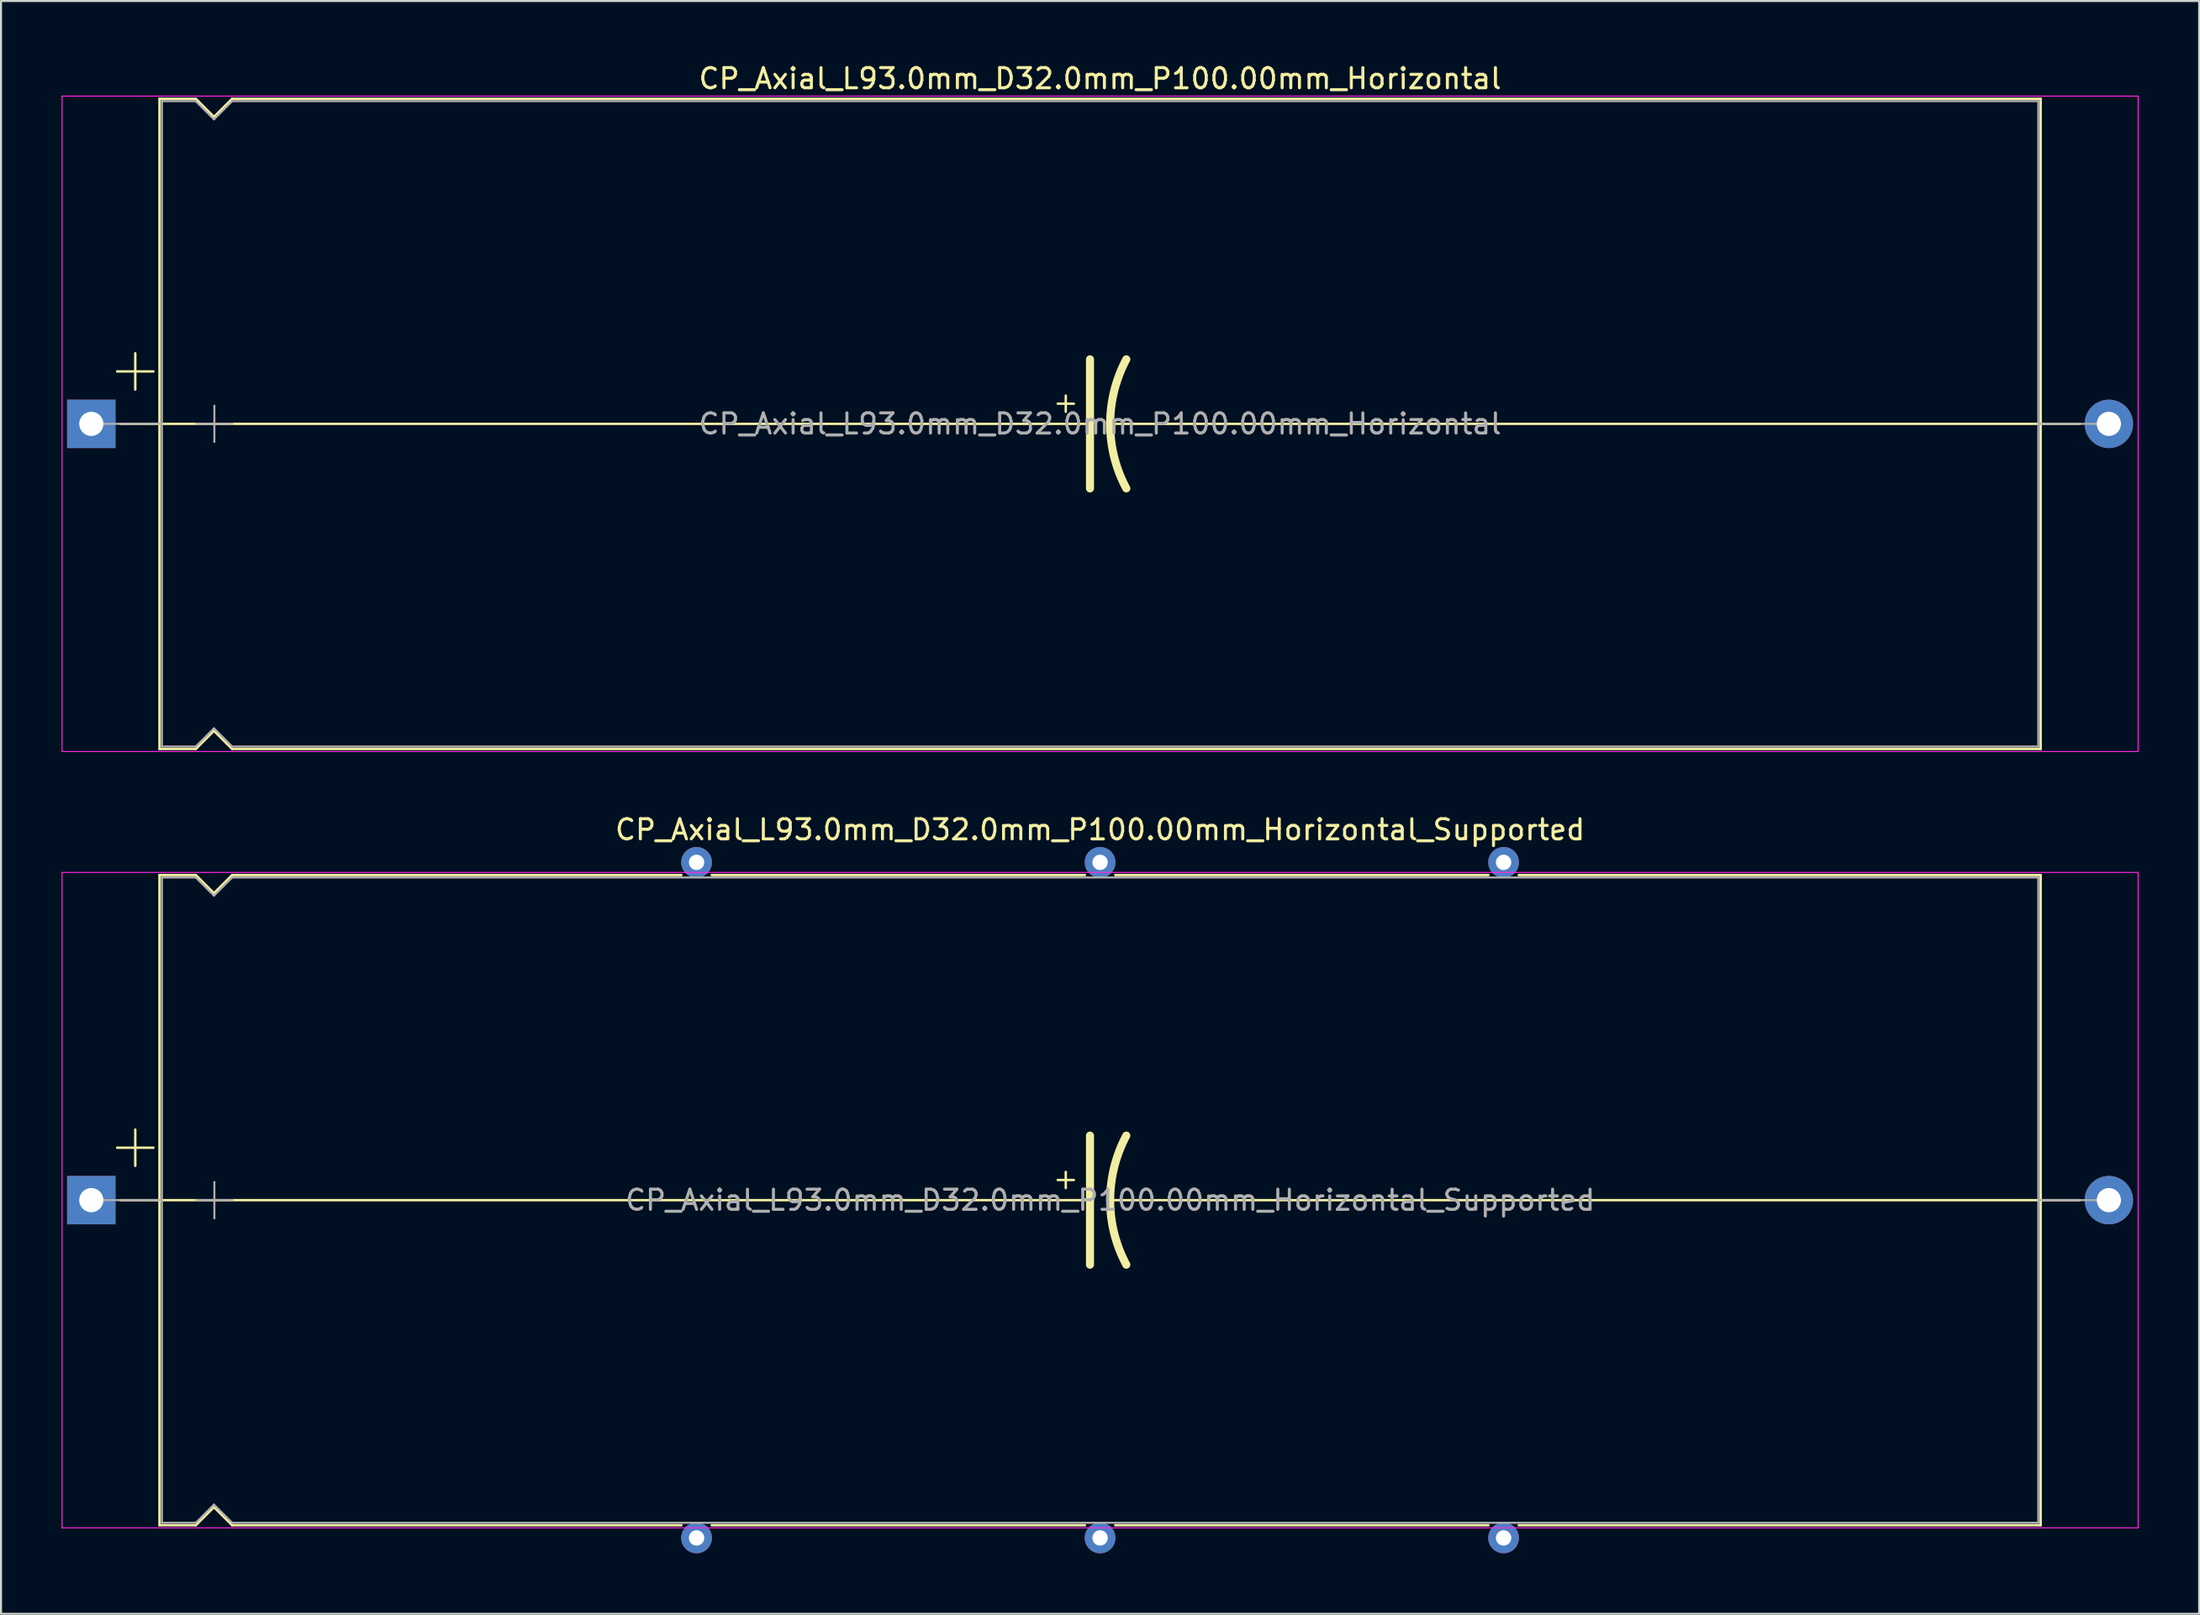
<source format=kicad_pcb>
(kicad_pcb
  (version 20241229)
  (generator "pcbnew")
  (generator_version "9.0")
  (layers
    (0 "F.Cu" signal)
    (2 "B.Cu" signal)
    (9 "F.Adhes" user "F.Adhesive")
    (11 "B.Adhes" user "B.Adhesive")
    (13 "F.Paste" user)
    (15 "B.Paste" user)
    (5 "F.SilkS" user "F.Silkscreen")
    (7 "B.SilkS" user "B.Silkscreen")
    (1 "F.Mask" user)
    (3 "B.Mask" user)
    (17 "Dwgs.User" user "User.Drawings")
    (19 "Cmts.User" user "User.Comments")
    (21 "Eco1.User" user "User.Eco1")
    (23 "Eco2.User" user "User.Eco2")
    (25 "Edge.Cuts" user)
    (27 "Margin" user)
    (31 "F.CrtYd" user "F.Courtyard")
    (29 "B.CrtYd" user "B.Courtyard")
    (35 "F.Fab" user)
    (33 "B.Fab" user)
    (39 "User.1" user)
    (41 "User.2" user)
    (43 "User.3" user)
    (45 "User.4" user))
  (footprint "CP_Axial_L93.0mm_D32.0mm_P100.00mm_Horizontal"
    (layer "F.Cu")
    (at 1.475 17.968)
    (property "Reference" "CP_Axial_L93.0mm_D32.0mm_P100.00mm_Horizontal" (at 50 -17.12 0) (layer "F.SilkS") (effects (font (size 1 1) (thickness 0.15))))
    (attr through_hole)
    (fp_line (start 1.28 -2.6) (end 3.08 -2.6) (stroke (width 0.12) (type solid)) (layer "F.SilkS"))
    (fp_line (start 1.44 0) (end 3.38 0) (stroke (width 0.12) (type solid)) (layer "F.SilkS"))
    (fp_line (start 2.18 -3.5) (end 2.18 -1.7) (stroke (width 0.12) (type solid)) (layer "F.SilkS"))
    (fp_line (start 3.38 -16.12) (end 3.38 16.12) (stroke (width 0.12) (type solid)) (layer "F.SilkS"))
    (fp_line (start 3.38 -16.12) (end 5.18 -16.12) (stroke (width 0.12) (type solid)) (layer "F.SilkS"))
    (fp_line (start 3.38 0) (end 49.5 0) (stroke (width 0.12) (type solid)) (layer "F.SilkS"))
    (fp_line (start 3.38 16.12) (end 5.18 16.12) (stroke (width 0.12) (type solid)) (layer "F.SilkS"))
    (fp_line (start 5.18 -16.12) (end 6.08 -15.22) (stroke (width 0.12) (type solid)) (layer "F.SilkS"))
    (fp_line (start 5.18 16.12) (end 6.08 15.22) (stroke (width 0.12) (type solid)) (layer "F.SilkS"))
    (fp_line (start 6.08 -15.22) (end 6.98 -16.12) (stroke (width 0.12) (type solid)) (layer "F.SilkS"))
    (fp_line (start 6.08 15.22) (end 6.98 16.12) (stroke (width 0.12) (type solid)) (layer "F.SilkS"))
    (fp_line (start 6.98 -16.12) (end 96.62 -16.12) (stroke (width 0.12) (type solid)) (layer "F.SilkS"))
    (fp_line (start 6.98 16.12) (end 96.62 16.12) (stroke (width 0.12) (type solid)) (layer "F.SilkS"))
    (fp_line (start 47.9 -1) (end 48.7 -1) (stroke (width 0.12) (type solid)) (layer "F.SilkS"))
    (fp_line (start 48.3 -1.4) (end 48.3 -0.6) (stroke (width 0.12) (type solid)) (layer "F.SilkS"))
    (fp_line (start 49.5 0) (end 49.5 -3.2) (stroke (width 0.4) (type solid)) (layer "F.SilkS"))
    (fp_line (start 49.5 0) (end 49.5 3.2) (stroke (width 0.4) (type solid)) (layer "F.SilkS"))
    (fp_line (start 96.62 -16.12) (end 96.62 16.12) (stroke (width 0.12) (type solid)) (layer "F.SilkS"))
    (fp_line (start 96.62 0) (end 50.5 0) (stroke (width 0.12) (type solid)) (layer "F.SilkS"))
    (fp_line (start 98.56 0) (end 96.62 0) (stroke (width 0.12) (type solid)) (layer "F.SilkS"))
    (fp_arc (start 50.5 0) (mid 50.703546 -1.649113) (end 51.3 -3.2) (stroke (width 0.4) (type solid)) (layer "F.SilkS"))
    (fp_arc (start 51.3 3.2) (mid 50.700708 1.649824) (end 50.5 0) (stroke (width 0.4) (type solid)) (layer "F.SilkS"))
    (fp_line (start -1.45 -16.25) (end -1.45 16.25) (stroke (width 0.05) (type solid)) (layer "F.CrtYd"))
    (fp_line (start -1.45 16.25) (end 101.45 16.25) (stroke (width 0.05) (type solid)) (layer "F.CrtYd"))
    (fp_line (start 101.45 -16.25) (end -1.45 -16.25) (stroke (width 0.05) (type solid)) (layer "F.CrtYd"))
    (fp_line (start 101.45 16.25) (end 101.45 -16.25) (stroke (width 0.05) (type solid)) (layer "F.CrtYd"))
    (fp_line (start 0 0) (end 3.5 0) (stroke (width 0.1) (type solid)) (layer "F.Fab"))
    (fp_line (start 3.5 -16) (end 3.5 16) (stroke (width 0.1) (type solid)) (layer "F.Fab"))
    (fp_line (start 3.5 -16) (end 5.18 -16) (stroke (width 0.1) (type solid)) (layer "F.Fab"))
    (fp_line (start 3.5 16) (end 5.18 16) (stroke (width 0.1) (type solid)) (layer "F.Fab"))
    (fp_line (start 5.18 -16) (end 6.08 -15.1) (stroke (width 0.1) (type solid)) (layer "F.Fab"))
    (fp_line (start 5.18 16) (end 6.08 15.1) (stroke (width 0.1) (type solid)) (layer "F.Fab"))
    (fp_line (start 5.2 0) (end 7 0) (stroke (width 0.1) (type solid)) (layer "F.Fab"))
    (fp_line (start 6.08 -15.1) (end 6.98 -16) (stroke (width 0.1) (type solid)) (layer "F.Fab"))
    (fp_line (start 6.08 15.1) (end 6.98 16) (stroke (width 0.1) (type solid)) (layer "F.Fab"))
    (fp_line (start 6.1 -0.9) (end 6.1 0.9) (stroke (width 0.1) (type solid)) (layer "F.Fab"))
    (fp_line (start 6.98 -16) (end 96.5 -16) (stroke (width 0.1) (type solid)) (layer "F.Fab"))
    (fp_line (start 6.98 16) (end 96.5 16) (stroke (width 0.1) (type solid)) (layer "F.Fab"))
    (fp_line (start 96.5 -16) (end 96.5 16) (stroke (width 0.1) (type solid)) (layer "F.Fab"))
    (fp_line (start 100 0) (end 96.5 0) (stroke (width 0.1) (type solid)) (layer "F.Fab"))
    (fp_text user "${REFERENCE}" (at 50 0 0) (layer "F.Fab") (effects (font (size 1 1) (thickness 0.15))))
    (pad "1" thru_hole rect (at 0 0) (size 2.4 2.4) (drill 1.2) (layers "*.Cu" "*.Mask"))
    (pad "2" thru_hole oval (at 100 0) (size 2.4 2.4) (drill 1.2) (layers "*.Cu" "*.Mask")))
  (footprint "CP_Axial_L93.0mm_D32.0mm_P100.00mm_Horizontal_Supported"
    (layer "F.Cu")
    (at 1.475 56.462)
    (property "Reference" "CP_Axial_L93.0mm_D32.0mm_P100.00mm_Horizontal_Supported" (at 50 -18.37 0) (layer "F.SilkS") (effects (font (size 1 1) (thickness 0.15))))
    (attr through_hole)
    (fp_line (start 1.28 -2.6) (end 3.08 -2.6) (stroke (width 0.12) (type solid)) (layer "F.SilkS"))
    (fp_line (start 1.44 0) (end 3.38 0) (stroke (width 0.12) (type solid)) (layer "F.SilkS"))
    (fp_line (start 2.18 -3.5) (end 2.18 -1.7) (stroke (width 0.12) (type solid)) (layer "F.SilkS"))
    (fp_line (start 3.38 -16.12) (end 3.38 16.12) (stroke (width 0.12) (type solid)) (layer "F.SilkS"))
    (fp_line (start 3.38 -16.12) (end 5.18 -16.12) (stroke (width 0.12) (type solid)) (layer "F.SilkS"))
    (fp_line (start 3.38 0) (end 49.5 0) (stroke (width 0.12) (type solid)) (layer "F.SilkS"))
    (fp_line (start 3.38 16.12) (end 5.18 16.12) (stroke (width 0.12) (type solid)) (layer "F.SilkS"))
    (fp_line (start 5.18 -16.12) (end 6.08 -15.22) (stroke (width 0.12) (type solid)) (layer "F.SilkS"))
    (fp_line (start 5.18 16.12) (end 6.08 15.22) (stroke (width 0.12) (type solid)) (layer "F.SilkS"))
    (fp_line (start 6.08 -15.22) (end 6.98 -16.12) (stroke (width 0.12) (type solid)) (layer "F.SilkS"))
    (fp_line (start 6.08 15.22) (end 6.98 16.12) (stroke (width 0.12) (type solid)) (layer "F.SilkS"))
    (fp_line (start 6.98 -16.12) (end 29.25 -16.12) (stroke (width 0.12) (type solid)) (layer "F.SilkS"))
    (fp_line (start 6.98 16.12) (end 29.25 16.12) (stroke (width 0.12) (type solid)) (layer "F.SilkS"))
    (fp_line (start 30.75 -16.12) (end 49.25 -16.12) (stroke (width 0.12) (type solid)) (layer "F.SilkS"))
    (fp_line (start 30.75 16.12) (end 49.25 16.12) (stroke (width 0.12) (type solid)) (layer "F.SilkS"))
    (fp_line (start 47.9 -1) (end 48.7 -1) (stroke (width 0.12) (type solid)) (layer "F.SilkS"))
    (fp_line (start 48.3 -1.4) (end 48.3 -0.6) (stroke (width 0.12) (type solid)) (layer "F.SilkS"))
    (fp_line (start 49.5 0) (end 49.5 -3.2) (stroke (width 0.4) (type solid)) (layer "F.SilkS"))
    (fp_line (start 49.5 0) (end 49.5 3.2) (stroke (width 0.4) (type solid)) (layer "F.SilkS"))
    (fp_line (start 50.75 -16.12) (end 69.25 -16.12) (stroke (width 0.12) (type solid)) (layer "F.SilkS"))
    (fp_line (start 50.75 16.12) (end 69.25 16.12) (stroke (width 0.12) (type solid)) (layer "F.SilkS"))
    (fp_line (start 70.75 -16.12) (end 96.62 -16.12) (stroke (width 0.12) (type solid)) (layer "F.SilkS"))
    (fp_line (start 70.75 16.12) (end 96.62 16.12) (stroke (width 0.12) (type solid)) (layer "F.SilkS"))
    (fp_line (start 96.62 -16.12) (end 96.62 16.12) (stroke (width 0.12) (type solid)) (layer "F.SilkS"))
    (fp_line (start 96.62 0) (end 50.5 0) (stroke (width 0.12) (type solid)) (layer "F.SilkS"))
    (fp_line (start 98.56 0) (end 96.62 0) (stroke (width 0.12) (type solid)) (layer "F.SilkS"))
    (fp_arc (start 50.5 0) (mid 50.703546 -1.649113) (end 51.3 -3.2) (stroke (width 0.4) (type solid)) (layer "F.SilkS"))
    (fp_arc (start 51.3 3.2) (mid 50.700708 1.649824) (end 50.5 0) (stroke (width 0.4) (type solid)) (layer "F.SilkS"))
    (fp_line (start -1.45 -16.25) (end -1.45 16.25) (stroke (width 0.05) (type solid)) (layer "F.CrtYd"))
    (fp_line (start -1.45 16.25) (end 101.45 16.25) (stroke (width 0.05) (type solid)) (layer "F.CrtYd"))
    (fp_line (start 101.45 -16.25) (end -1.45 -16.25) (stroke (width 0.05) (type solid)) (layer "F.CrtYd"))
    (fp_line (start 101.45 16.25) (end 101.45 -16.25) (stroke (width 0.05) (type solid)) (layer "F.CrtYd"))
    (fp_line (start 0 0) (end 3.5 0) (stroke (width 0.1) (type solid)) (layer "F.Fab"))
    (fp_line (start 3.5 -16) (end 3.5 16) (stroke (width 0.1) (type solid)) (layer "F.Fab"))
    (fp_line (start 3.5 -16) (end 5.18 -16) (stroke (width 0.1) (type solid)) (layer "F.Fab"))
    (fp_line (start 3.5 16) (end 5.18 16) (stroke (width 0.1) (type solid)) (layer "F.Fab"))
    (fp_line (start 5.18 -16) (end 6.08 -15.1) (stroke (width 0.1) (type solid)) (layer "F.Fab"))
    (fp_line (start 5.18 16) (end 6.08 15.1) (stroke (width 0.1) (type solid)) (layer "F.Fab"))
    (fp_line (start 5.2 0) (end 7 0) (stroke (width 0.1) (type solid)) (layer "F.Fab"))
    (fp_line (start 6.08 -15.1) (end 6.98 -16) (stroke (width 0.1) (type solid)) (layer "F.Fab"))
    (fp_line (start 6.08 15.1) (end 6.98 16) (stroke (width 0.1) (type solid)) (layer "F.Fab"))
    (fp_line (start 6.1 -0.9) (end 6.1 0.9) (stroke (width 0.1) (type solid)) (layer "F.Fab"))
    (fp_line (start 6.98 -16) (end 96.5 -16) (stroke (width 0.1) (type solid)) (layer "F.Fab"))
    (fp_line (start 6.98 16) (end 96.5 16) (stroke (width 0.1) (type solid)) (layer "F.Fab"))
    (fp_line (start 96.5 -16) (end 96.5 16) (stroke (width 0.1) (type solid)) (layer "F.Fab"))
    (fp_line (start 100 0) (end 96.5 0) (stroke (width 0.1) (type solid)) (layer "F.Fab"))
    (fp_text user "${REFERENCE}" (at 50.5 0 0) (layer "F.Fab") (effects (font (size 1 1) (thickness 0.15))))
    (pad "" thru_hole circle (at 30 -16.75) (size 1.524 1.524) (drill 0.762) (layers "*.Cu" "*.Mask"))
    (pad "" thru_hole circle (at 30 16.75) (size 1.524 1.524) (drill 0.762) (layers "*.Cu" "*.Mask"))
    (pad "" thru_hole circle (at 50 -16.75) (size 1.524 1.524) (drill 0.762) (layers "*.Cu" "*.Mask"))
    (pad "" thru_hole circle (at 50 16.75) (size 1.524 1.524) (drill 0.762) (layers "*.Cu" "*.Mask"))
    (pad "" thru_hole circle (at 70 -16.75) (size 1.524 1.524) (drill 0.762) (layers "*.Cu" "*.Mask"))
    (pad "" thru_hole circle (at 70 16.75) (size 1.524 1.524) (drill 0.762) (layers "*.Cu" "*.Mask"))
    (pad "1" thru_hole rect (at 0 0) (size 2.4 2.4) (drill 1.2) (layers "*.Cu" "*.Mask"))
    (pad "2" thru_hole oval (at 100 0) (size 2.4 2.4) (drill 1.2) (layers "*.Cu" "*.Mask")))
  (gr_rect
    (start -3 -3)
    (end 105.95 76.974)
    (stroke (width 0.1) (type default))
    (fill no)
    (layer "Edge.Cuts")))
</source>
